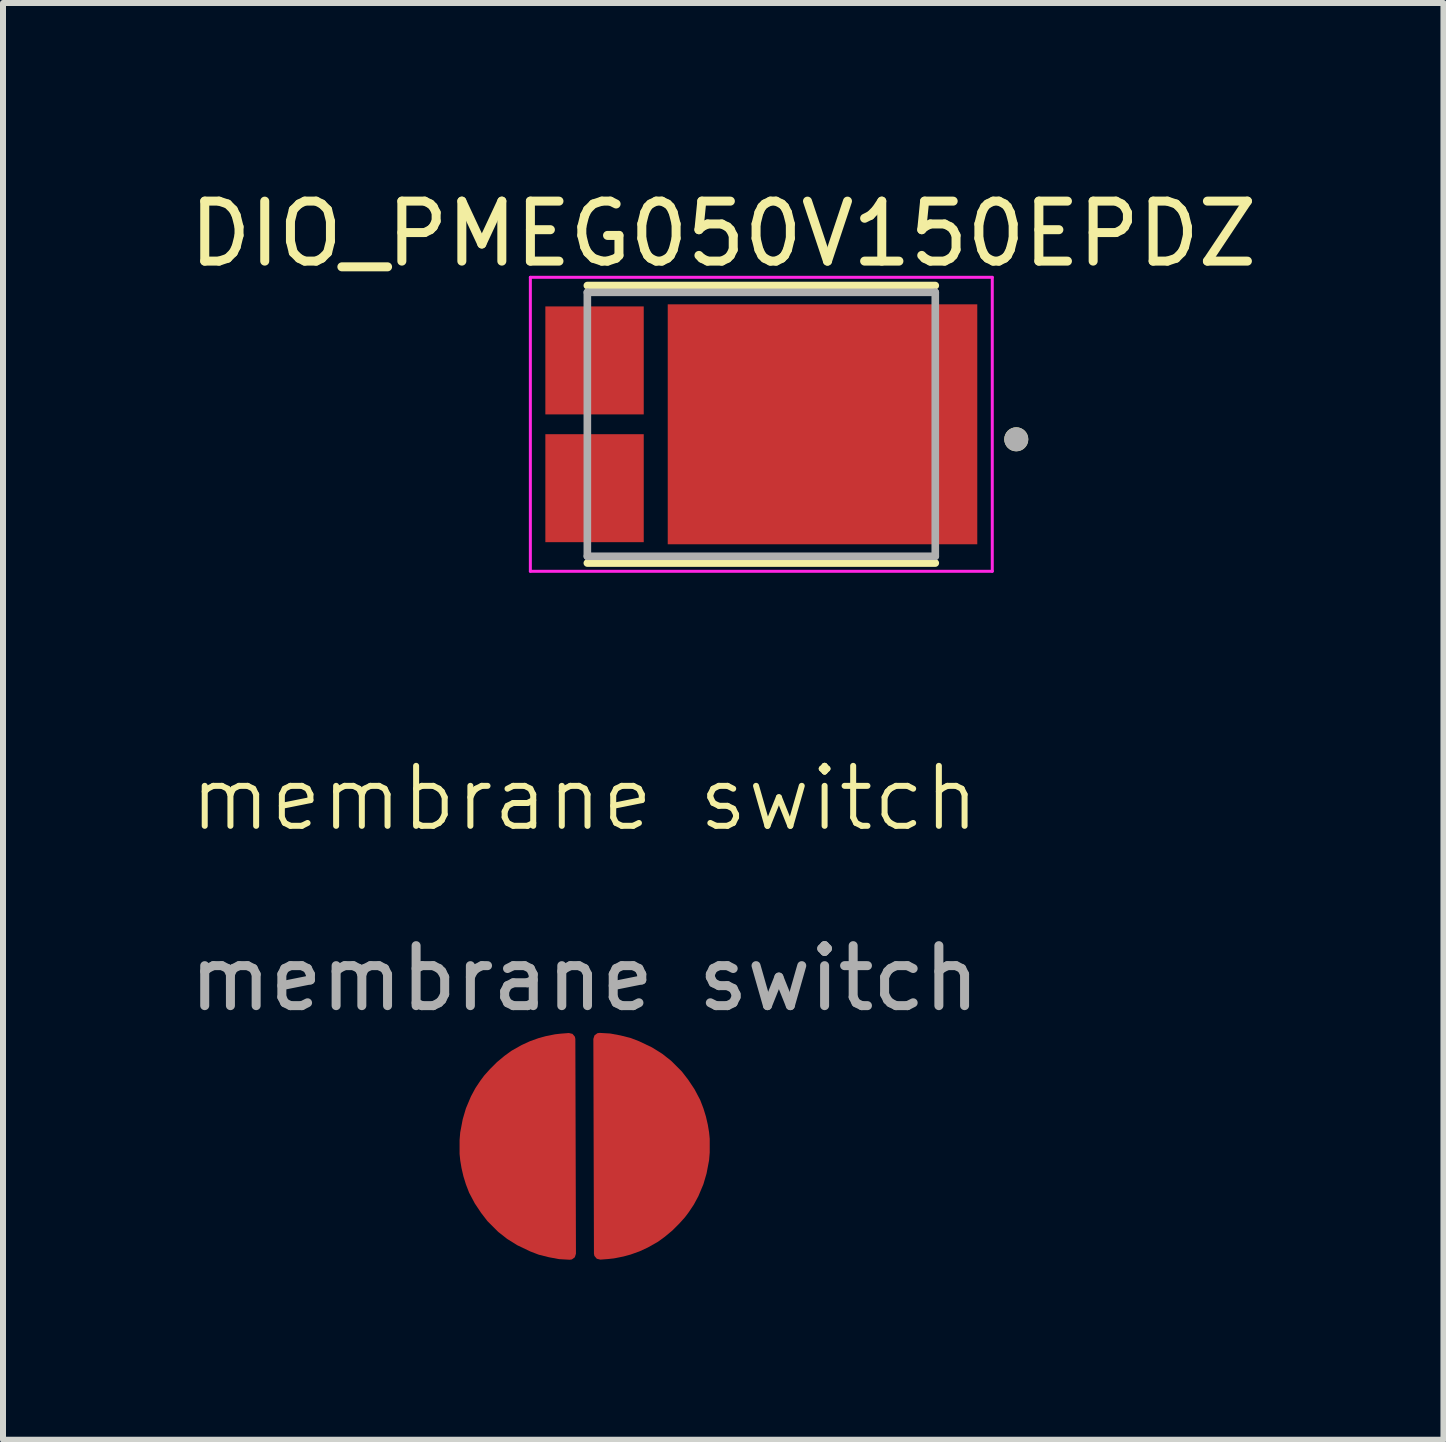
<source format=kicad_pcb>
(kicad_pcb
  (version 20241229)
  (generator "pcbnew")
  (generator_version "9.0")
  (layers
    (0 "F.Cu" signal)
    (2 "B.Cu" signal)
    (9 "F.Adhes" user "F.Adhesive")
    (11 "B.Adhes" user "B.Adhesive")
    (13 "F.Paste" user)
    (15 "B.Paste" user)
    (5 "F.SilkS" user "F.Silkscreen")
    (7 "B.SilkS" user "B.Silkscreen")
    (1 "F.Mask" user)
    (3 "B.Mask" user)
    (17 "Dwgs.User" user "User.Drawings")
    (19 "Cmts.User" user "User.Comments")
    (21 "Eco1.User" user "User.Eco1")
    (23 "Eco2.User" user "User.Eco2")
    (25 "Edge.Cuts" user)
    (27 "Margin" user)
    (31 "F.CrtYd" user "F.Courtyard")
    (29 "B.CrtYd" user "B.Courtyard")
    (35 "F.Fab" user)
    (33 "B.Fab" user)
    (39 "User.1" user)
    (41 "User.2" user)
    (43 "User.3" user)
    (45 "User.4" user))
  (footprint "DIO_PMEG050V150EPDZ"
    (layer "F.Cu")
    (at 9.641 4.023)
    (property "Reference" "DIO_PMEG050V150EPDZ" (at -0.635 -3.175 0) (layer "F.SilkS") (effects (font (size 1 1) (thickness 0.15))))
    (attr smd)
    (fp_poly (pts (xy -3.5 -1.865) (xy -2.06 -1.865) (xy -2.06 -0.265) (xy -3.5 -0.265)) (stroke (width 0.01) (type solid)) (fill yes) (layer "F.Mask"))
    (fp_poly (pts (xy -3.5 0.265) (xy -2.06 0.265) (xy -2.06 1.865) (xy -3.5 1.865)) (stroke (width 0.01) (type solid)) (fill yes) (layer "F.Mask"))
    (fp_poly (pts (xy -1.46 -1.9) (xy 3.5 -1.9) (xy 3.5 1.9) (xy -1.46 1.9)) (stroke (width 0.01) (type solid)) (fill yes) (layer "F.Mask"))
    (fp_line (start -2.9 -2.313) (end 2.9 -2.313) (stroke (width 0.127) (type solid)) (layer "F.SilkS"))
    (fp_line (start 2.9 2.313) (end -2.9 2.313) (stroke (width 0.127) (type solid)) (layer "F.SilkS"))
    (fp_circle (center 4.25 0.25) (end 4.35 0.25) (stroke (width 0.2) (type solid)) (fill no) (layer "F.SilkS"))
    (fp_poly (pts (xy -3.45 -1.765) (xy -2.11 -1.765) (xy -2.11 -0.365) (xy -3.45 -0.365)) (stroke (width 0.01) (type solid)) (fill yes) (layer "F.Paste"))
    (fp_poly (pts (xy -3.45 0.365) (xy -2.11 0.365) (xy -2.11 1.765) (xy -3.45 1.765)) (stroke (width 0.01) (type solid)) (fill yes) (layer "F.Paste"))
    (fp_poly (pts (xy -1.35 -1.8) (xy 0.55 -1.8) (xy 0.55 -0.1) (xy -1.35 -0.1)) (stroke (width 0.01) (type solid)) (fill yes) (layer "F.Paste"))
    (fp_poly (pts (xy -1.35 0.1) (xy 0.55 0.1) (xy 0.55 1.8) (xy -1.35 1.8)) (stroke (width 0.01) (type solid)) (fill yes) (layer "F.Paste"))
    (fp_poly (pts (xy 0.75 -1.8) (xy 2.65 -1.8) (xy 2.65 -0.1) (xy 0.75 -0.1)) (stroke (width 0.01) (type solid)) (fill yes) (layer "F.Paste"))
    (fp_poly (pts (xy 0.75 0.1) (xy 2.65 0.1) (xy 2.65 1.8) (xy 0.75 1.8)) (stroke (width 0.01) (type solid)) (fill yes) (layer "F.Paste"))
    (fp_poly (pts (xy 2.85 -1.2) (xy 3.45 -1.2) (xy 3.45 1.2) (xy 2.85 1.2)) (stroke (width 0.01) (type solid)) (fill yes) (layer "F.Paste"))
    (fp_line (start -3.85 -2.45) (end 3.85 -2.45) (stroke (width 0.05) (type solid)) (layer "F.CrtYd"))
    (fp_line (start -3.85 2.45) (end -3.85 -2.45) (stroke (width 0.05) (type solid)) (layer "F.CrtYd"))
    (fp_line (start 3.85 -2.45) (end 3.85 2.45) (stroke (width 0.05) (type solid)) (layer "F.CrtYd"))
    (fp_line (start 3.85 2.45) (end -3.85 2.45) (stroke (width 0.05) (type solid)) (layer "F.CrtYd"))
    (fp_line (start -2.9 -2.2) (end 2.9 -2.2) (stroke (width 0.127) (type solid)) (layer "F.Fab"))
    (fp_line (start -2.9 2.2) (end -2.9 -2.2) (stroke (width 0.127) (type solid)) (layer "F.Fab"))
    (fp_line (start 2.9 -2.2) (end 2.9 2.2) (stroke (width 0.127) (type solid)) (layer "F.Fab"))
    (fp_line (start 2.9 2.2) (end -2.9 2.2) (stroke (width 0.127) (type solid)) (layer "F.Fab"))
    (fp_circle (center 4.25 0.25) (end 4.35 0.25) (stroke (width 0.2) (type solid)) (fill no) (layer "F.Fab"))
    (pad "1" smd rect (at -2.78 -1.065) (size 1.64 1.8) (layers "F.Cu"))
    (pad "2" smd rect (at -2.78 1.065) (size 1.64 1.8) (layers "F.Cu"))
    (pad "3" smd rect (at 1.02 0) (size 5.16 4) (layers "F.Cu")))
  (footprint "membrane switch"
    (layer "F.Cu")
    (at 6.696 16.059)
    (property "Reference" "membrane switch" (at 0 -5.8 0) (unlocked yes) (layer "F.SilkS") (effects (font (size 1 1) (thickness 0.1))))
    (attr through_hole)
    (fp_text user "${REFERENCE}" (at 0 -2.8 0) (unlocked yes) (layer "F.Fab") (effects (font (size 1 1) (thickness 0.15))))
    (pad "1" smd custom (at -1.1 -0.1) (size 1 1) (layers "F.Cu" "F.Mask") (options (anchor circle)) (primitives (gr_poly (pts (xy -0.5 -0.485) (xy -0.489 -0.542) (xy -0.456 -0.591) (xy -0.407 -0.624) (xy -0.35 -0.635) (xy 0.35 -0.635) (xy 0.407 -0.624) (xy 0.456 -0.591) (xy 0.489 -0.542) (xy 0.5 -0.485) (xy 0.5 0.485) (xy 0.489 0.542) (xy 0.456 0.591) (xy 0.407 0.624) (xy 0.35 0.635) (xy -0.35 0.635) (xy -0.407 0.624) (xy -0.456 0.591) (xy -0.489 0.542) (xy -0.5 0.485)) (width 0) (fill yes)) (gr_poly (pts (xy 0.845 -1.689) (xy 0.715 -1.679) (xy 0.625 -1.669) (xy 0.475 -1.639) (xy 0.365 -1.609) (xy 0.225 -1.559) (xy 0.095 -1.499) (xy -0.065 -1.409) (xy -0.175 -1.329) (xy -0.295 -1.229) (xy -0.405 -1.119) (xy -0.495 -1.019) (xy -0.555 -0.939) (xy -0.635 -0.819) (xy -0.705 -0.689) (xy -0.785 -0.499) (xy -0.835 -0.329) (xy -0.875 -0.119) (xy -0.885 0.001) (xy -0.885 0.221) (xy -0.875 0.321) (xy -0.855 0.441) (xy -0.825 0.571) (xy -0.785 0.701) (xy -0.735 0.831) (xy -0.645 1.001) (xy -0.545 1.151) (xy -0.445 1.281) (xy -0.275 1.451) (xy -0.135 1.561) (xy 0.025 1.661) (xy 0.235 1.761) (xy 0.365 1.811) (xy 0.525 1.851) (xy 0.685 1.881) (xy 0.855 1.891)) (width 0.2) (fill yes))))
    (pad "2" smd custom (at 1.1 0.1 180) (size 1 1) (layers "F.Cu" "F.Mask") (options (anchor circle)) (primitives (gr_poly (pts (xy -0.5 -0.485) (xy -0.489 -0.542) (xy -0.456 -0.591) (xy -0.407 -0.624) (xy -0.35 -0.635) (xy 0.35 -0.635) (xy 0.407 -0.624) (xy 0.456 -0.591) (xy 0.489 -0.542) (xy 0.5 -0.485) (xy 0.5 0.485) (xy 0.489 0.542) (xy 0.456 0.591) (xy 0.407 0.624) (xy 0.35 0.635) (xy -0.35 0.635) (xy -0.407 0.624) (xy -0.456 0.591) (xy -0.489 0.542) (xy -0.5 0.485)) (width 0) (fill yes)) (gr_poly (pts (xy 0.845 -1.689) (xy 0.715 -1.679) (xy 0.625 -1.669) (xy 0.475 -1.639) (xy 0.365 -1.609) (xy 0.225 -1.559) (xy 0.095 -1.499) (xy -0.065 -1.409) (xy -0.175 -1.329) (xy -0.295 -1.229) (xy -0.405 -1.119) (xy -0.495 -1.019) (xy -0.555 -0.939) (xy -0.635 -0.819) (xy -0.705 -0.689) (xy -0.785 -0.499) (xy -0.835 -0.329) (xy -0.875 -0.119) (xy -0.885 0.001) (xy -0.885 0.221) (xy -0.875 0.321) (xy -0.855 0.441) (xy -0.825 0.571) (xy -0.785 0.701) (xy -0.735 0.831) (xy -0.645 1.001) (xy -0.545 1.151) (xy -0.445 1.281) (xy -0.275 1.451) (xy -0.135 1.561) (xy 0.025 1.661) (xy 0.235 1.761) (xy 0.365 1.811) (xy 0.525 1.851) (xy 0.685 1.881) (xy 0.855 1.891)) (width 0.2) (fill yes)))))
  (gr_rect
    (start -3 -3)
    (end 21.012 20.95)
    (stroke (width 0.1) (type default))
    (fill no)
    (layer "Edge.Cuts")))
</source>
